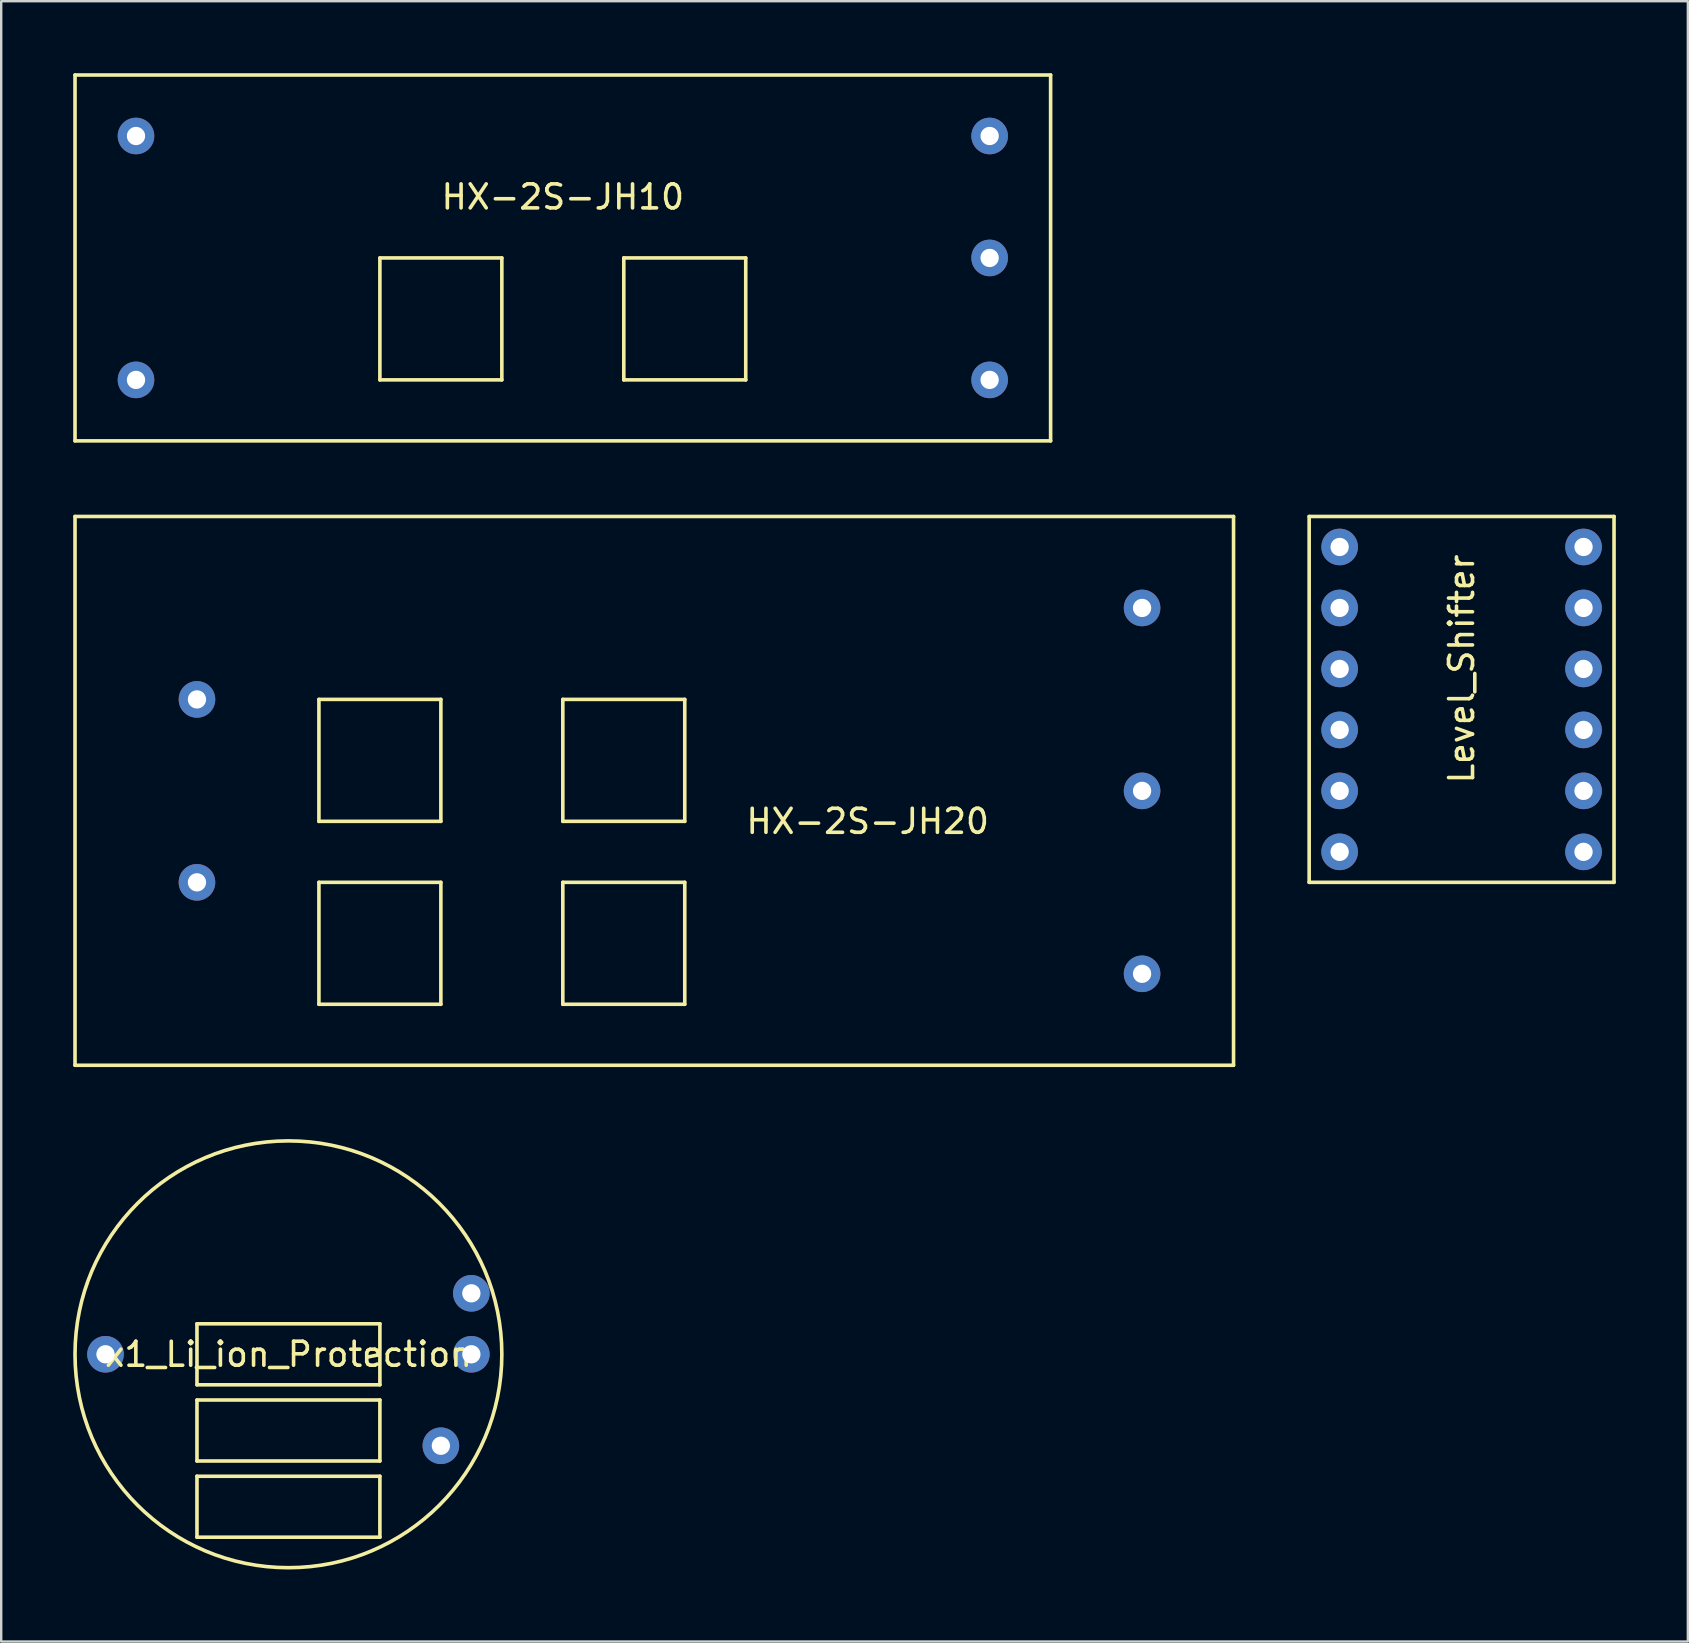
<source format=kicad_pcb>
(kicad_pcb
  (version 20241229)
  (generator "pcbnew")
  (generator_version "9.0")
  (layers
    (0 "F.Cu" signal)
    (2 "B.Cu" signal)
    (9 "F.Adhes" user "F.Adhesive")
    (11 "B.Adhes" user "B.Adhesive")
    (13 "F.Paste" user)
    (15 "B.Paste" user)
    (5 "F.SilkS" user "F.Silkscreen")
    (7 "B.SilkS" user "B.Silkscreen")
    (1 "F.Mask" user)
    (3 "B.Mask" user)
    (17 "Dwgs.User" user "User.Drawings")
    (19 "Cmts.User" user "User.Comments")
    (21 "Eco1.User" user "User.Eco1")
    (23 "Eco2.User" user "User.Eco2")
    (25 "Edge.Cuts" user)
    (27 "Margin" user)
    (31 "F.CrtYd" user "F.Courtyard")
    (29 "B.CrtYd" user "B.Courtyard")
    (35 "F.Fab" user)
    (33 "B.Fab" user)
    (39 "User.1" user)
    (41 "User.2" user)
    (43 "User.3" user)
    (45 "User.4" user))
  (footprint "HX-2S-JH10"
    (layer "F.Cu")
    (at 20.395 7.695)
    (property "Reference" "HX-2S-JH10" (at 0 -2.54 0) (layer "F.SilkS") (effects (font (size 1 1) (thickness 0.15))))
    (attr through_hole)
    (fp_line (start -20.32 -7.62) (end -20.32 7.62) (stroke (width 0.15) (type solid)) (layer "F.SilkS"))
    (fp_line (start -20.32 -7.62) (end 20.32 -7.62) (stroke (width 0.15) (type solid)) (layer "F.SilkS"))
    (fp_line (start -20.32 7.62) (end 20.32 7.62) (stroke (width 0.15) (type solid)) (layer "F.SilkS"))
    (fp_line (start -7.62 0) (end -2.54 0) (stroke (width 0.15) (type solid)) (layer "F.SilkS"))
    (fp_line (start -7.62 5.08) (end -7.62 0) (stroke (width 0.15) (type solid)) (layer "F.SilkS"))
    (fp_line (start -2.54 0) (end -2.54 5.08) (stroke (width 0.15) (type solid)) (layer "F.SilkS"))
    (fp_line (start -2.54 5.08) (end -7.62 5.08) (stroke (width 0.15) (type solid)) (layer "F.SilkS"))
    (fp_line (start 2.54 0) (end 7.62 0) (stroke (width 0.15) (type solid)) (layer "F.SilkS"))
    (fp_line (start 2.54 5.08) (end 2.54 0) (stroke (width 0.15) (type solid)) (layer "F.SilkS"))
    (fp_line (start 7.62 0) (end 7.62 5.08) (stroke (width 0.15) (type solid)) (layer "F.SilkS"))
    (fp_line (start 7.62 5.08) (end 2.54 5.08) (stroke (width 0.15) (type solid)) (layer "F.SilkS"))
    (fp_line (start 20.32 7.62) (end 20.32 -7.62) (stroke (width 0.15) (type solid)) (layer "F.SilkS"))
    (pad "1" thru_hole circle (at 17.78 5.08) (size 1.524 1.524) (drill 0.762) (layers "*.Cu" "*.Mask"))
    (pad "2" thru_hole circle (at 17.78 0) (size 1.524 1.524) (drill 0.762) (layers "*.Cu" "*.Mask"))
    (pad "3" thru_hole circle (at -17.78 5.08) (size 1.524 1.524) (drill 0.762) (layers "*.Cu" "*.Mask"))
    (pad "4" thru_hole circle (at 17.78 -5.08) (size 1.524 1.524) (drill 0.762) (layers "*.Cu" "*.Mask"))
    (pad "5" thru_hole circle (at -17.78 -5.08) (size 1.524 1.524) (drill 0.762) (layers "*.Cu" "*.Mask")))
  (footprint "x1_Li_ion_Protection"
    (layer "F.Cu")
    (at 8.965 53.365)
    (property "Reference" "x1_Li_ion_Protection" (at 0 0 0) (layer "F.SilkS") (effects (font (size 1 1) (thickness 0.15))))
    (attr through_hole)
    (fp_line (start -3.81 -1.27) (end 3.81 -1.27) (stroke (width 0.15) (type solid)) (layer "F.SilkS"))
    (fp_line (start -3.81 1.27) (end -3.81 -1.27) (stroke (width 0.15) (type solid)) (layer "F.SilkS"))
    (fp_line (start -3.81 1.905) (end 3.81 1.905) (stroke (width 0.15) (type solid)) (layer "F.SilkS"))
    (fp_line (start -3.81 4.445) (end -3.81 1.905) (stroke (width 0.15) (type solid)) (layer "F.SilkS"))
    (fp_line (start -3.81 5.08) (end 3.81 5.08) (stroke (width 0.15) (type solid)) (layer "F.SilkS"))
    (fp_line (start -3.81 7.62) (end -3.81 5.08) (stroke (width 0.15) (type solid)) (layer "F.SilkS"))
    (fp_line (start 3.81 -1.27) (end 3.81 1.27) (stroke (width 0.15) (type solid)) (layer "F.SilkS"))
    (fp_line (start 3.81 1.27) (end -3.81 1.27) (stroke (width 0.15) (type solid)) (layer "F.SilkS"))
    (fp_line (start 3.81 1.905) (end 3.81 4.445) (stroke (width 0.15) (type solid)) (layer "F.SilkS"))
    (fp_line (start 3.81 4.445) (end -3.81 4.445) (stroke (width 0.15) (type solid)) (layer "F.SilkS"))
    (fp_line (start 3.81 5.08) (end 3.81 7.62) (stroke (width 0.15) (type solid)) (layer "F.SilkS"))
    (fp_line (start 3.81 7.62) (end -3.81 7.62) (stroke (width 0.15) (type solid)) (layer "F.SilkS"))
    (fp_circle (center 0 0) (end 0 -8.89) (stroke (width 0.15) (type solid)) (fill no) (layer "F.SilkS"))
    (pad "1" thru_hole circle (at 6.35 3.81) (size 1.524 1.524) (drill 0.762) (layers "*.Cu" "*.Mask"))
    (pad "2" thru_hole circle (at 7.62 -2.54) (size 1.524 1.524) (drill 0.762) (layers "*.Cu" "*.Mask"))
    (pad "3" thru_hole circle (at -7.62 0) (size 1.524 1.524) (drill 0.762) (layers "*.Cu" "*.Mask"))
    (pad "4" thru_hole circle (at 7.62 0) (size 1.524 1.524) (drill 0.762) (layers "*.Cu" "*.Mask")))
  (footprint "Level_Shifter"
    (layer "F.Cu")
    (at 57.835 27.355)
    (property "Reference" "Level_Shifter" (at 0 -2.54 90) (layer "F.SilkS") (effects (font (size 1 1) (thickness 0.15))))
    (attr through_hole)
    (fp_line (start -6.35 -8.89) (end 6.35 -8.89) (stroke (width 0.15) (type solid)) (layer "F.SilkS"))
    (fp_line (start -6.35 6.35) (end -6.35 -8.89) (stroke (width 0.15) (type solid)) (layer "F.SilkS"))
    (fp_line (start 6.35 -8.89) (end 6.35 6.35) (stroke (width 0.15) (type solid)) (layer "F.SilkS"))
    (fp_line (start 6.35 6.35) (end -6.35 6.35) (stroke (width 0.15) (type solid)) (layer "F.SilkS"))
    (pad "1" thru_hole circle (at -5.08 -7.62) (size 1.524 1.524) (drill 0.762) (layers "*.Cu" "*.Mask"))
    (pad "2" thru_hole circle (at -5.08 -5.08) (size 1.524 1.524) (drill 0.762) (layers "*.Cu" "*.Mask"))
    (pad "3" thru_hole circle (at -5.08 -2.54) (size 1.524 1.524) (drill 0.762) (layers "*.Cu" "*.Mask"))
    (pad "4" thru_hole circle (at -5.08 0) (size 1.524 1.524) (drill 0.762) (layers "*.Cu" "*.Mask"))
    (pad "5" thru_hole circle (at -5.08 2.54) (size 1.524 1.524) (drill 0.762) (layers "*.Cu" "*.Mask"))
    (pad "6" thru_hole circle (at -5.08 5.08) (size 1.524 1.524) (drill 0.762) (layers "*.Cu" "*.Mask"))
    (pad "7" thru_hole circle (at 5.08 -7.62) (size 1.524 1.524) (drill 0.762) (layers "*.Cu" "*.Mask"))
    (pad "8" thru_hole circle (at 5.08 -5.08) (size 1.524 1.524) (drill 0.762) (layers "*.Cu" "*.Mask"))
    (pad "9" thru_hole circle (at 5.08 -2.54) (size 1.524 1.524) (drill 0.762) (layers "*.Cu" "*.Mask"))
    (pad "10" thru_hole circle (at 5.08 0) (size 1.524 1.524) (drill 0.762) (layers "*.Cu" "*.Mask"))
    (pad "11" thru_hole circle (at 5.08 2.54) (size 1.524 1.524) (drill 0.762) (layers "*.Cu" "*.Mask"))
    (pad "12" thru_hole circle (at 5.08 5.08) (size 1.524 1.524) (drill 0.762) (layers "*.Cu" "*.Mask")))
  (footprint "HX-2S-JH20"
    (layer "F.Cu")
    (at 24.205 29.895)
    (property "Reference" "HX-2S-JH20" (at 8.89 1.27 0) (layer "F.SilkS") (effects (font (size 1 1) (thickness 0.15))))
    (attr through_hole)
    (fp_line (start -24.13 -11.43) (end 24.13 -11.43) (stroke (width 0.15) (type solid)) (layer "F.SilkS"))
    (fp_line (start -24.13 11.43) (end -24.13 -11.43) (stroke (width 0.15) (type solid)) (layer "F.SilkS"))
    (fp_line (start -13.97 -3.81) (end -13.97 1.27) (stroke (width 0.15) (type solid)) (layer "F.SilkS"))
    (fp_line (start -13.97 1.27) (end -8.89 1.27) (stroke (width 0.15) (type solid)) (layer "F.SilkS"))
    (fp_line (start -13.97 3.81) (end -13.97 8.89) (stroke (width 0.15) (type solid)) (layer "F.SilkS"))
    (fp_line (start -13.97 8.89) (end -8.89 8.89) (stroke (width 0.15) (type solid)) (layer "F.SilkS"))
    (fp_line (start -8.89 -3.81) (end -13.97 -3.81) (stroke (width 0.15) (type solid)) (layer "F.SilkS"))
    (fp_line (start -8.89 1.27) (end -8.89 -3.81) (stroke (width 0.15) (type solid)) (layer "F.SilkS"))
    (fp_line (start -8.89 3.81) (end -13.97 3.81) (stroke (width 0.15) (type solid)) (layer "F.SilkS"))
    (fp_line (start -8.89 8.89) (end -8.89 3.81) (stroke (width 0.15) (type solid)) (layer "F.SilkS"))
    (fp_line (start -3.81 -3.81) (end -3.81 1.27) (stroke (width 0.15) (type solid)) (layer "F.SilkS"))
    (fp_line (start -3.81 1.27) (end 1.27 1.27) (stroke (width 0.15) (type solid)) (layer "F.SilkS"))
    (fp_line (start -3.81 3.81) (end -3.81 8.89) (stroke (width 0.15) (type solid)) (layer "F.SilkS"))
    (fp_line (start -3.81 8.89) (end 1.27 8.89) (stroke (width 0.15) (type solid)) (layer "F.SilkS"))
    (fp_line (start 1.27 -3.81) (end -3.81 -3.81) (stroke (width 0.15) (type solid)) (layer "F.SilkS"))
    (fp_line (start 1.27 1.27) (end 1.27 -3.81) (stroke (width 0.15) (type solid)) (layer "F.SilkS"))
    (fp_line (start 1.27 3.81) (end -3.81 3.81) (stroke (width 0.15) (type solid)) (layer "F.SilkS"))
    (fp_line (start 1.27 8.89) (end 1.27 3.81) (stroke (width 0.15) (type solid)) (layer "F.SilkS"))
    (fp_line (start 24.13 -11.43) (end 24.13 11.43) (stroke (width 0.15) (type solid)) (layer "F.SilkS"))
    (fp_line (start 24.13 11.43) (end -24.13 11.43) (stroke (width 0.15) (type solid)) (layer "F.SilkS"))
    (pad "1" thru_hole circle (at -19.05 3.81) (size 1.524 1.524) (drill 0.762) (layers "*.Cu" "*.Mask"))
    (pad "2" thru_hole circle (at -19.05 -3.81) (size 1.524 1.524) (drill 0.762) (layers "*.Cu" "*.Mask"))
    (pad "3" thru_hole circle (at 20.32 7.62) (size 1.524 1.524) (drill 0.762) (layers "*.Cu" "*.Mask"))
    (pad "4" thru_hole circle (at 20.32 0) (size 1.524 1.524) (drill 0.762) (layers "*.Cu" "*.Mask"))
    (pad "5" thru_hole circle (at 20.32 -7.62) (size 1.524 1.524) (drill 0.762) (layers "*.Cu" "*.Mask")))
  (gr_rect
    (start -3 -3)
    (end 67.26 65.33)
    (stroke (width 0.1) (type default))
    (fill no)
    (layer "Edge.Cuts")))
</source>
